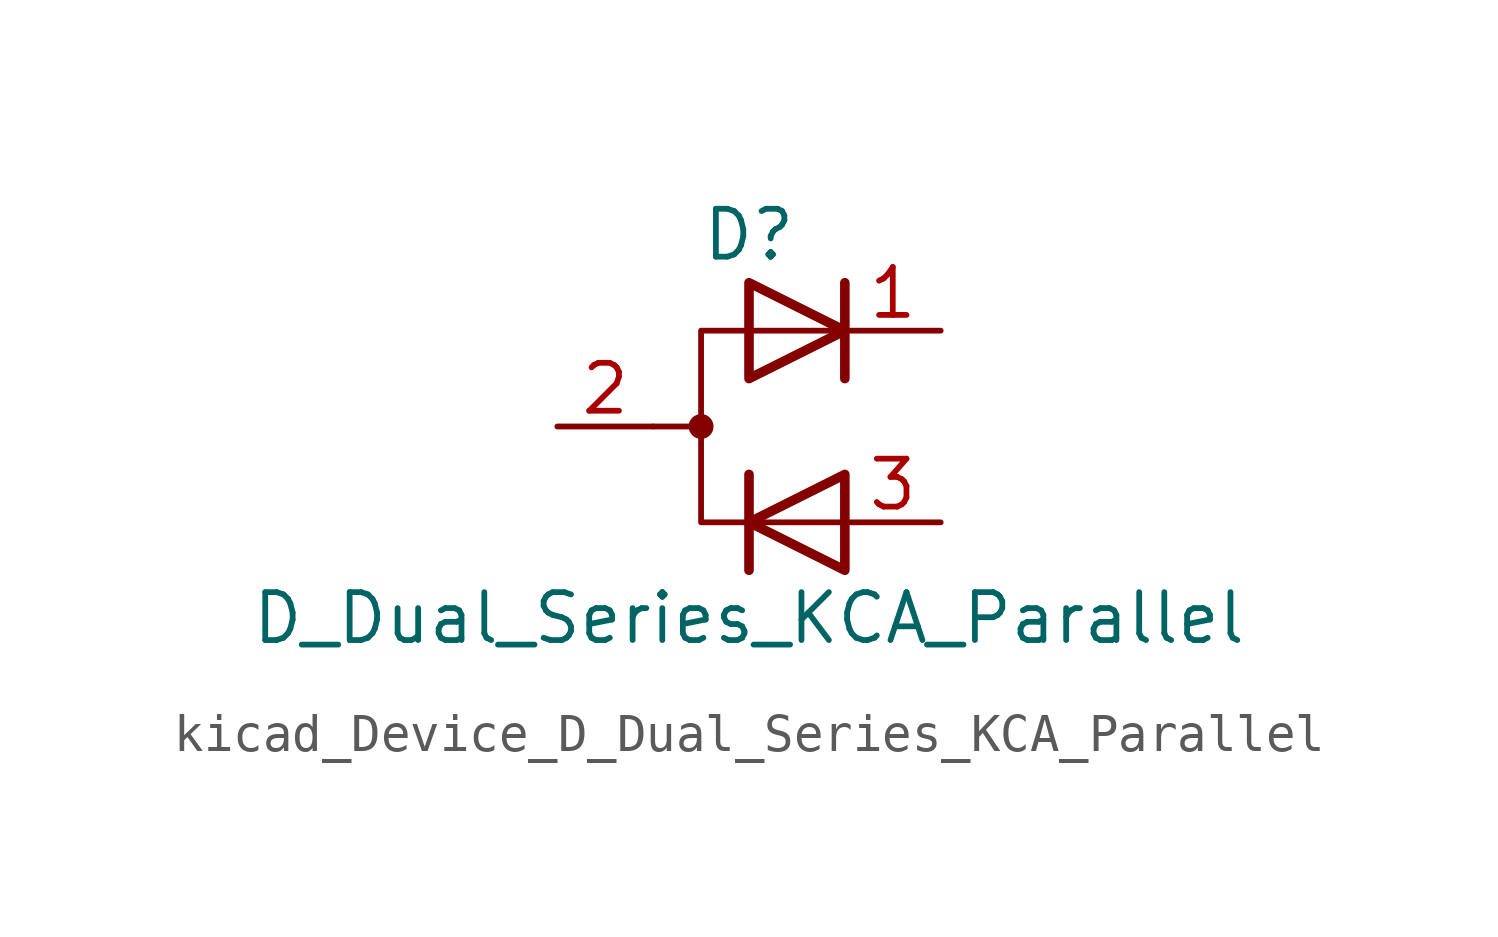
<source format=kicad_sym>
(kicad_symbol_lib
  (version 20220914)
  (generator kicad_symbol_editor)
  (symbol "kicad_Device_D_Dual_Series_KCA_Parallel"
    (pin_names
      (offset 0.762) hide)
    (property "Reference" "D"
      (at 0 5.08 0)
      (effects (font (size 1.27 1.27))))
    (property "Value" "D_Dual_Series_KCA_Parallel"
      (at 0 -5.08 0)
      (effects (font (size 1.27 1.27))))
    (symbol "kicad_Device_D_Dual_Series_KCA_Parallel_0_0"
      (polyline (pts (xy 0 -1.27) (xy 0 -3.81)) (stroke (width 0.254) (type default)) (fill (type none)))
      (polyline (pts (xy 2.54 3.81) (xy 2.54 1.27)) (stroke (width 0.254) (type default)) (fill (type none))))
    (symbol "kicad_Device_D_Dual_Series_KCA_Parallel_0_1"
      (circle (center -1.27 0) (radius 0.254) (stroke (width 0) (type default)) (fill (type outline)))
      (polyline (pts (xy -1.27 0) (xy -2.54 0)) (stroke (width 0) (type default)) (fill (type none)))
      (polyline (pts (xy 2.54 2.54) (xy -1.27 2.54) (xy -1.27 -2.54) (xy 2.54 -2.54)) (stroke (width 0) (type default)) (fill (type none)))
      (polyline (pts (xy 0 3.81) (xy 2.54 2.54) (xy 0 1.27) (xy 0 3.81) (xy 0 3.81) (xy 0 3.81)) (stroke (width 0.254) (type default)) (fill (type none)))
      (polyline (pts (xy 2.54 -1.27) (xy 0 -2.54) (xy 2.54 -3.81) (xy 2.54 -1.27) (xy 2.54 -1.27) (xy 2.54 -1.27)) (stroke (width 0.254) (type default)) (fill (type none)))
      (pin passive line (at 5.08 2.54 180) (length 2.54) (name "K" (effects (font (size 1.27 1.27)))) (number "1" (effects (font (size 1.27 1.27)))))
      (pin passive line (at -5.08 0 0) (length 2.54) (name "A" (effects (font (size 1.27 1.27)))) (number "2" (effects (font (size 1.27 1.27)))))
      (pin passive line (at 5.08 -2.54 180) (length 2.54) (name "K" (effects (font (size 1.27 1.27)))) (number "3" (effects (font (size 1.27 1.27))))))))
</source>
